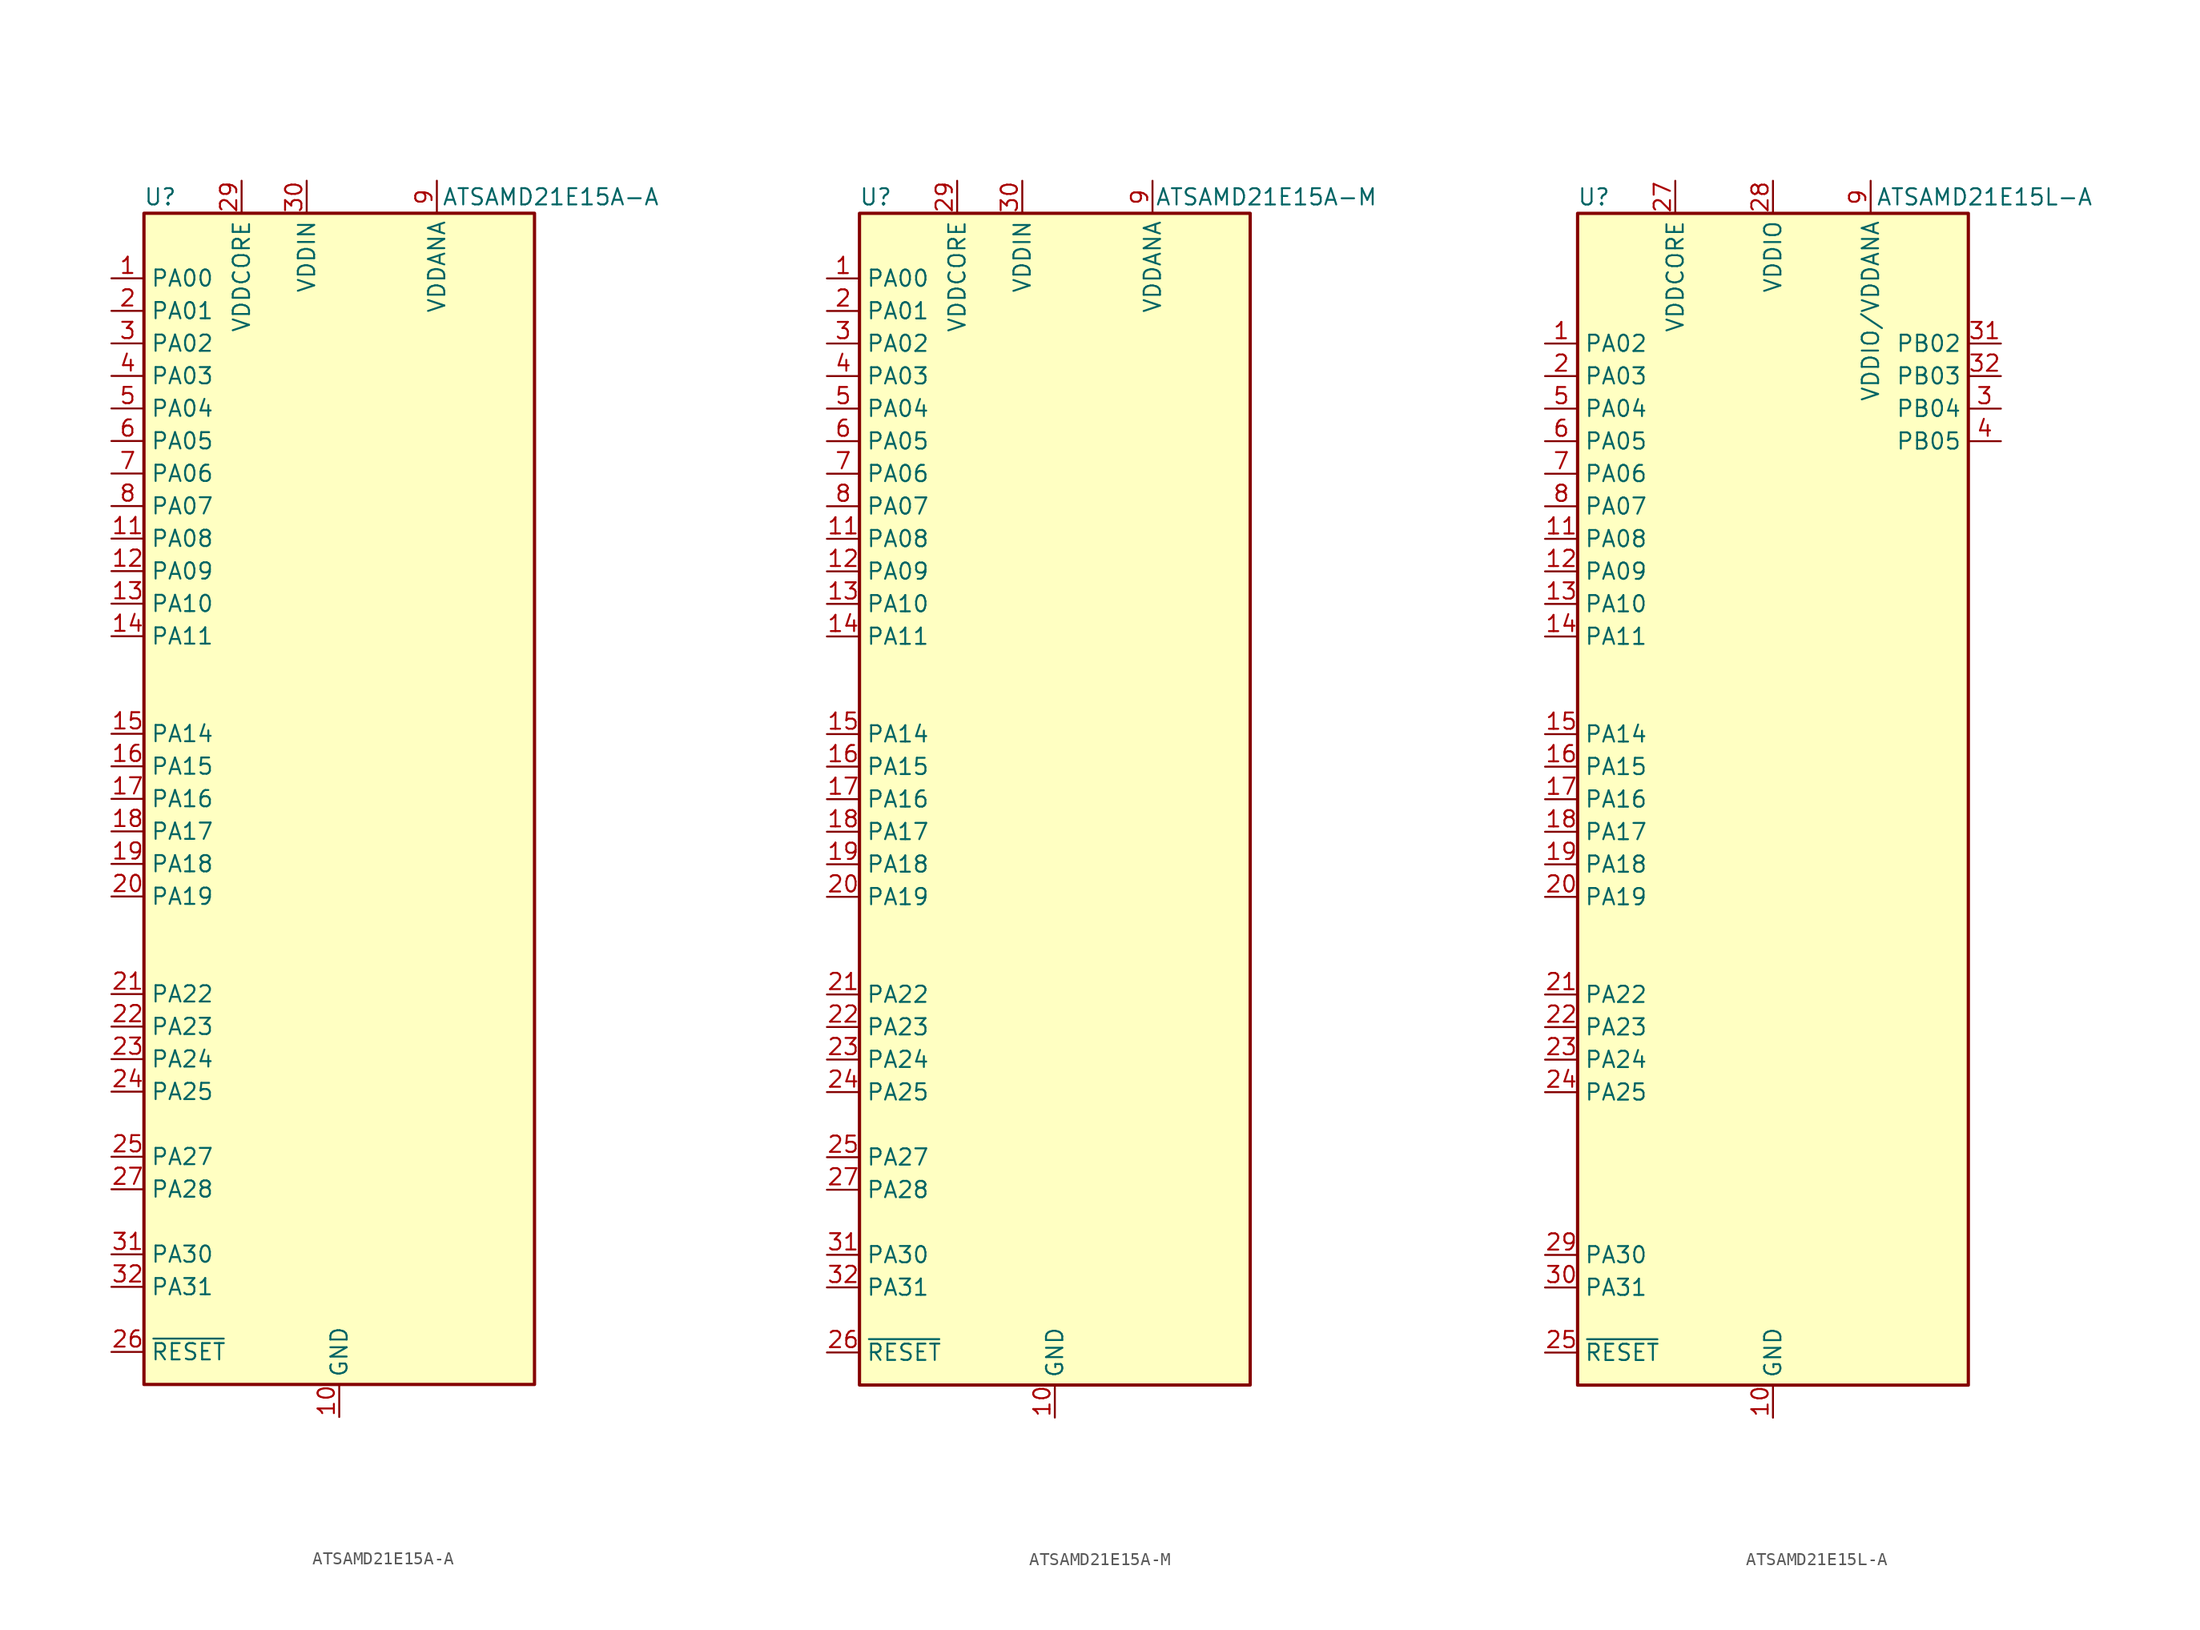
<source format=kicad_sym>
(kicad_symbol_lib
  (version 20220914)
  (generator kicad_symbol_editor)
  (symbol "ATSAMD21E15A-A"
    (property "Reference" "U"
      (at -13.97 46.99 0)
      (effects (font (size 1.27 1.27))))
    (property "Value" "ATSAMD21E15A-A"
      (at 16.51 46.99 0)
      (effects (font (size 1.27 1.27))))
    (symbol "ATSAMD21E15A-A_1_1"
      (rectangle (start -15.24 45.72) (end 15.24 -45.72) (stroke (width 0.254) (type solid)) (fill (type background)))
      (pin bidirectional line (at -17.78 40.64 0) (length 2.54) (name "PA00" (effects (font (size 1.27 1.27)))) (number "1" (effects (font (size 1.27 1.27)))))
      (pin power_in line (at 0 -48.26 90) (length 2.54) (name "GND" (effects (font (size 1.27 1.27)))) (number "10" (effects (font (size 1.27 1.27)))))
      (pin bidirectional line (at -17.78 20.32 0) (length 2.54) (name "PA08" (effects (font (size 1.27 1.27)))) (number "11" (effects (font (size 1.27 1.27)))))
      (pin bidirectional line (at -17.78 17.78 0) (length 2.54) (name "PA09" (effects (font (size 1.27 1.27)))) (number "12" (effects (font (size 1.27 1.27)))))
      (pin bidirectional line (at -17.78 15.24 0) (length 2.54) (name "PA10" (effects (font (size 1.27 1.27)))) (number "13" (effects (font (size 1.27 1.27)))))
      (pin bidirectional line (at -17.78 12.7 0) (length 2.54) (name "PA11" (effects (font (size 1.27 1.27)))) (number "14" (effects (font (size 1.27 1.27)))))
      (pin bidirectional line (at -17.78 5.08 0) (length 2.54) (name "PA14" (effects (font (size 1.27 1.27)))) (number "15" (effects (font (size 1.27 1.27)))))
      (pin bidirectional line (at -17.78 2.54 0) (length 2.54) (name "PA15" (effects (font (size 1.27 1.27)))) (number "16" (effects (font (size 1.27 1.27)))))
      (pin bidirectional line (at -17.78 0 0) (length 2.54) (name "PA16" (effects (font (size 1.27 1.27)))) (number "17" (effects (font (size 1.27 1.27)))))
      (pin bidirectional line (at -17.78 -2.54 0) (length 2.54) (name "PA17" (effects (font (size 1.27 1.27)))) (number "18" (effects (font (size 1.27 1.27)))))
      (pin bidirectional line (at -17.78 -5.08 0) (length 2.54) (name "PA18" (effects (font (size 1.27 1.27)))) (number "19" (effects (font (size 1.27 1.27)))))
      (pin bidirectional line (at -17.78 38.1 0) (length 2.54) (name "PA01" (effects (font (size 1.27 1.27)))) (number "2" (effects (font (size 1.27 1.27)))))
      (pin bidirectional line (at -17.78 -7.62 0) (length 2.54) (name "PA19" (effects (font (size 1.27 1.27)))) (number "20" (effects (font (size 1.27 1.27)))))
      (pin bidirectional line (at -17.78 -15.24 0) (length 2.54) (name "PA22" (effects (font (size 1.27 1.27)))) (number "21" (effects (font (size 1.27 1.27)))))
      (pin bidirectional line (at -17.78 -17.78 0) (length 2.54) (name "PA23" (effects (font (size 1.27 1.27)))) (number "22" (effects (font (size 1.27 1.27)))))
      (pin bidirectional line (at -17.78 -20.32 0) (length 2.54) (name "PA24" (effects (font (size 1.27 1.27)))) (number "23" (effects (font (size 1.27 1.27)))))
      (pin bidirectional line (at -17.78 -22.86 0) (length 2.54) (name "PA25" (effects (font (size 1.27 1.27)))) (number "24" (effects (font (size 1.27 1.27)))))
      (pin bidirectional line (at -17.78 -27.94 0) (length 2.54) (name "PA27" (effects (font (size 1.27 1.27)))) (number "25" (effects (font (size 1.27 1.27)))))
      (pin input line (at -17.78 -43.18 0) (length 2.54) (name "~{RESET}" (effects (font (size 1.27 1.27)))) (number "26" (effects (font (size 1.27 1.27)))))
      (pin bidirectional line (at -17.78 -30.48 0) (length 2.54) (name "PA28" (effects (font (size 1.27 1.27)))) (number "27" (effects (font (size 1.27 1.27)))))
      (pin passive line (at 0 -48.26 90) (length 2.54) hide (name "GND" (effects (font (size 1.27 1.27)))) (number "28" (effects (font (size 1.27 1.27)))))
      (pin power_out line (at -7.62 48.26 270) (length 2.54) (name "VDDCORE" (effects (font (size 1.27 1.27)))) (number "29" (effects (font (size 1.27 1.27)))))
      (pin bidirectional line (at -17.78 35.56 0) (length 2.54) (name "PA02" (effects (font (size 1.27 1.27)))) (number "3" (effects (font (size 1.27 1.27)))))
      (pin power_in line (at -2.54 48.26 270) (length 2.54) (name "VDDIN" (effects (font (size 1.27 1.27)))) (number "30" (effects (font (size 1.27 1.27)))))
      (pin bidirectional line (at -17.78 -35.56 0) (length 2.54) (name "PA30" (effects (font (size 1.27 1.27)))) (number "31" (effects (font (size 1.27 1.27)))))
      (pin bidirectional line (at -17.78 -38.1 0) (length 2.54) (name "PA31" (effects (font (size 1.27 1.27)))) (number "32" (effects (font (size 1.27 1.27)))))
      (pin bidirectional line (at -17.78 33.02 0) (length 2.54) (name "PA03" (effects (font (size 1.27 1.27)))) (number "4" (effects (font (size 1.27 1.27)))))
      (pin bidirectional line (at -17.78 30.48 0) (length 2.54) (name "PA04" (effects (font (size 1.27 1.27)))) (number "5" (effects (font (size 1.27 1.27)))))
      (pin bidirectional line (at -17.78 27.94 0) (length 2.54) (name "PA05" (effects (font (size 1.27 1.27)))) (number "6" (effects (font (size 1.27 1.27)))))
      (pin bidirectional line (at -17.78 25.4 0) (length 2.54) (name "PA06" (effects (font (size 1.27 1.27)))) (number "7" (effects (font (size 1.27 1.27)))))
      (pin bidirectional line (at -17.78 22.86 0) (length 2.54) (name "PA07" (effects (font (size 1.27 1.27)))) (number "8" (effects (font (size 1.27 1.27)))))
      (pin power_in line (at 7.62 48.26 270) (length 2.54) (name "VDDANA" (effects (font (size 1.27 1.27)))) (number "9" (effects (font (size 1.27 1.27)))))))
  (symbol "ATSAMD21E15A-M"
    (property "Reference" "U"
      (at -13.97 46.99 0)
      (effects (font (size 1.27 1.27))))
    (property "Value" "ATSAMD21E15A-M"
      (at 16.51 46.99 0)
      (effects (font (size 1.27 1.27))))
    (symbol "ATSAMD21E15A-M_1_1"
      (rectangle (start -15.24 45.72) (end 15.24 -45.72) (stroke (width 0.254) (type solid)) (fill (type background)))
      (pin bidirectional line (at -17.78 40.64 0) (length 2.54) (name "PA00" (effects (font (size 1.27 1.27)))) (number "1" (effects (font (size 1.27 1.27)))))
      (pin power_in line (at 0 -48.26 90) (length 2.54) (name "GND" (effects (font (size 1.27 1.27)))) (number "10" (effects (font (size 1.27 1.27)))))
      (pin bidirectional line (at -17.78 20.32 0) (length 2.54) (name "PA08" (effects (font (size 1.27 1.27)))) (number "11" (effects (font (size 1.27 1.27)))))
      (pin bidirectional line (at -17.78 17.78 0) (length 2.54) (name "PA09" (effects (font (size 1.27 1.27)))) (number "12" (effects (font (size 1.27 1.27)))))
      (pin bidirectional line (at -17.78 15.24 0) (length 2.54) (name "PA10" (effects (font (size 1.27 1.27)))) (number "13" (effects (font (size 1.27 1.27)))))
      (pin bidirectional line (at -17.78 12.7 0) (length 2.54) (name "PA11" (effects (font (size 1.27 1.27)))) (number "14" (effects (font (size 1.27 1.27)))))
      (pin bidirectional line (at -17.78 5.08 0) (length 2.54) (name "PA14" (effects (font (size 1.27 1.27)))) (number "15" (effects (font (size 1.27 1.27)))))
      (pin bidirectional line (at -17.78 2.54 0) (length 2.54) (name "PA15" (effects (font (size 1.27 1.27)))) (number "16" (effects (font (size 1.27 1.27)))))
      (pin bidirectional line (at -17.78 0 0) (length 2.54) (name "PA16" (effects (font (size 1.27 1.27)))) (number "17" (effects (font (size 1.27 1.27)))))
      (pin bidirectional line (at -17.78 -2.54 0) (length 2.54) (name "PA17" (effects (font (size 1.27 1.27)))) (number "18" (effects (font (size 1.27 1.27)))))
      (pin bidirectional line (at -17.78 -5.08 0) (length 2.54) (name "PA18" (effects (font (size 1.27 1.27)))) (number "19" (effects (font (size 1.27 1.27)))))
      (pin bidirectional line (at -17.78 38.1 0) (length 2.54) (name "PA01" (effects (font (size 1.27 1.27)))) (number "2" (effects (font (size 1.27 1.27)))))
      (pin bidirectional line (at -17.78 -7.62 0) (length 2.54) (name "PA19" (effects (font (size 1.27 1.27)))) (number "20" (effects (font (size 1.27 1.27)))))
      (pin bidirectional line (at -17.78 -15.24 0) (length 2.54) (name "PA22" (effects (font (size 1.27 1.27)))) (number "21" (effects (font (size 1.27 1.27)))))
      (pin bidirectional line (at -17.78 -17.78 0) (length 2.54) (name "PA23" (effects (font (size 1.27 1.27)))) (number "22" (effects (font (size 1.27 1.27)))))
      (pin bidirectional line (at -17.78 -20.32 0) (length 2.54) (name "PA24" (effects (font (size 1.27 1.27)))) (number "23" (effects (font (size 1.27 1.27)))))
      (pin bidirectional line (at -17.78 -22.86 0) (length 2.54) (name "PA25" (effects (font (size 1.27 1.27)))) (number "24" (effects (font (size 1.27 1.27)))))
      (pin bidirectional line (at -17.78 -27.94 0) (length 2.54) (name "PA27" (effects (font (size 1.27 1.27)))) (number "25" (effects (font (size 1.27 1.27)))))
      (pin input line (at -17.78 -43.18 0) (length 2.54) (name "~{RESET}" (effects (font (size 1.27 1.27)))) (number "26" (effects (font (size 1.27 1.27)))))
      (pin bidirectional line (at -17.78 -30.48 0) (length 2.54) (name "PA28" (effects (font (size 1.27 1.27)))) (number "27" (effects (font (size 1.27 1.27)))))
      (pin passive line (at 0 -48.26 90) (length 2.54) hide (name "GND" (effects (font (size 1.27 1.27)))) (number "28" (effects (font (size 1.27 1.27)))))
      (pin power_out line (at -7.62 48.26 270) (length 2.54) (name "VDDCORE" (effects (font (size 1.27 1.27)))) (number "29" (effects (font (size 1.27 1.27)))))
      (pin bidirectional line (at -17.78 35.56 0) (length 2.54) (name "PA02" (effects (font (size 1.27 1.27)))) (number "3" (effects (font (size 1.27 1.27)))))
      (pin power_in line (at -2.54 48.26 270) (length 2.54) (name "VDDIN" (effects (font (size 1.27 1.27)))) (number "30" (effects (font (size 1.27 1.27)))))
      (pin bidirectional line (at -17.78 -35.56 0) (length 2.54) (name "PA30" (effects (font (size 1.27 1.27)))) (number "31" (effects (font (size 1.27 1.27)))))
      (pin bidirectional line (at -17.78 -38.1 0) (length 2.54) (name "PA31" (effects (font (size 1.27 1.27)))) (number "32" (effects (font (size 1.27 1.27)))))
      (pin no_connect line (at 15.24 -43.18 180) (length 2.54) hide (name "EP" (effects (font (size 1.27 1.27)))) (number "33" (effects (font (size 1.27 1.27)))))
      (pin bidirectional line (at -17.78 33.02 0) (length 2.54) (name "PA03" (effects (font (size 1.27 1.27)))) (number "4" (effects (font (size 1.27 1.27)))))
      (pin bidirectional line (at -17.78 30.48 0) (length 2.54) (name "PA04" (effects (font (size 1.27 1.27)))) (number "5" (effects (font (size 1.27 1.27)))))
      (pin bidirectional line (at -17.78 27.94 0) (length 2.54) (name "PA05" (effects (font (size 1.27 1.27)))) (number "6" (effects (font (size 1.27 1.27)))))
      (pin bidirectional line (at -17.78 25.4 0) (length 2.54) (name "PA06" (effects (font (size 1.27 1.27)))) (number "7" (effects (font (size 1.27 1.27)))))
      (pin bidirectional line (at -17.78 22.86 0) (length 2.54) (name "PA07" (effects (font (size 1.27 1.27)))) (number "8" (effects (font (size 1.27 1.27)))))
      (pin power_in line (at 7.62 48.26 270) (length 2.54) (name "VDDANA" (effects (font (size 1.27 1.27)))) (number "9" (effects (font (size 1.27 1.27)))))))
  (symbol "ATSAMD21E15L-A"
    (property "Reference" "U"
      (at -13.97 46.99 0)
      (effects (font (size 1.27 1.27))))
    (property "Value" "ATSAMD21E15L-A"
      (at 16.51 46.99 0)
      (effects (font (size 1.27 1.27))))
    (symbol "ATSAMD21E15L-A_1_1"
      (rectangle (start -15.24 45.72) (end 15.24 -45.72) (stroke (width 0.254) (type solid)) (fill (type background)))
      (pin bidirectional line (at -17.78 35.56 0) (length 2.54) (name "PA02" (effects (font (size 1.27 1.27)))) (number "1" (effects (font (size 1.27 1.27)))))
      (pin power_in line (at 0 -48.26 90) (length 2.54) (name "GND" (effects (font (size 1.27 1.27)))) (number "10" (effects (font (size 1.27 1.27)))))
      (pin bidirectional line (at -17.78 20.32 0) (length 2.54) (name "PA08" (effects (font (size 1.27 1.27)))) (number "11" (effects (font (size 1.27 1.27)))))
      (pin bidirectional line (at -17.78 17.78 0) (length 2.54) (name "PA09" (effects (font (size 1.27 1.27)))) (number "12" (effects (font (size 1.27 1.27)))))
      (pin bidirectional line (at -17.78 15.24 0) (length 2.54) (name "PA10" (effects (font (size 1.27 1.27)))) (number "13" (effects (font (size 1.27 1.27)))))
      (pin bidirectional line (at -17.78 12.7 0) (length 2.54) (name "PA11" (effects (font (size 1.27 1.27)))) (number "14" (effects (font (size 1.27 1.27)))))
      (pin bidirectional line (at -17.78 5.08 0) (length 2.54) (name "PA14" (effects (font (size 1.27 1.27)))) (number "15" (effects (font (size 1.27 1.27)))))
      (pin bidirectional line (at -17.78 2.54 0) (length 2.54) (name "PA15" (effects (font (size 1.27 1.27)))) (number "16" (effects (font (size 1.27 1.27)))))
      (pin bidirectional line (at -17.78 0 0) (length 2.54) (name "PA16" (effects (font (size 1.27 1.27)))) (number "17" (effects (font (size 1.27 1.27)))))
      (pin bidirectional line (at -17.78 -2.54 0) (length 2.54) (name "PA17" (effects (font (size 1.27 1.27)))) (number "18" (effects (font (size 1.27 1.27)))))
      (pin bidirectional line (at -17.78 -5.08 0) (length 2.54) (name "PA18" (effects (font (size 1.27 1.27)))) (number "19" (effects (font (size 1.27 1.27)))))
      (pin bidirectional line (at -17.78 33.02 0) (length 2.54) (name "PA03" (effects (font (size 1.27 1.27)))) (number "2" (effects (font (size 1.27 1.27)))))
      (pin bidirectional line (at -17.78 -7.62 0) (length 2.54) (name "PA19" (effects (font (size 1.27 1.27)))) (number "20" (effects (font (size 1.27 1.27)))))
      (pin bidirectional line (at -17.78 -15.24 0) (length 2.54) (name "PA22" (effects (font (size 1.27 1.27)))) (number "21" (effects (font (size 1.27 1.27)))))
      (pin bidirectional line (at -17.78 -17.78 0) (length 2.54) (name "PA23" (effects (font (size 1.27 1.27)))) (number "22" (effects (font (size 1.27 1.27)))))
      (pin bidirectional line (at -17.78 -20.32 0) (length 2.54) (name "PA24" (effects (font (size 1.27 1.27)))) (number "23" (effects (font (size 1.27 1.27)))))
      (pin bidirectional line (at -17.78 -22.86 0) (length 2.54) (name "PA25" (effects (font (size 1.27 1.27)))) (number "24" (effects (font (size 1.27 1.27)))))
      (pin input line (at -17.78 -43.18 0) (length 2.54) (name "~{RESET}" (effects (font (size 1.27 1.27)))) (number "25" (effects (font (size 1.27 1.27)))))
      (pin passive line (at 0 -48.26 90) (length 2.54) hide (name "GND" (effects (font (size 1.27 1.27)))) (number "26" (effects (font (size 1.27 1.27)))))
      (pin power_out line (at -7.62 48.26 270) (length 2.54) (name "VDDCORE" (effects (font (size 1.27 1.27)))) (number "27" (effects (font (size 1.27 1.27)))))
      (pin power_in line (at 0 48.26 270) (length 2.54) (name "VDDIO" (effects (font (size 1.27 1.27)))) (number "28" (effects (font (size 1.27 1.27)))))
      (pin bidirectional line (at -17.78 -35.56 0) (length 2.54) (name "PA30" (effects (font (size 1.27 1.27)))) (number "29" (effects (font (size 1.27 1.27)))))
      (pin bidirectional line (at 17.78 30.48 180) (length 2.54) (name "PB04" (effects (font (size 1.27 1.27)))) (number "3" (effects (font (size 1.27 1.27)))))
      (pin bidirectional line (at -17.78 -38.1 0) (length 2.54) (name "PA31" (effects (font (size 1.27 1.27)))) (number "30" (effects (font (size 1.27 1.27)))))
      (pin bidirectional line (at 17.78 35.56 180) (length 2.54) (name "PB02" (effects (font (size 1.27 1.27)))) (number "31" (effects (font (size 1.27 1.27)))))
      (pin bidirectional line (at 17.78 33.02 180) (length 2.54) (name "PB03" (effects (font (size 1.27 1.27)))) (number "32" (effects (font (size 1.27 1.27)))))
      (pin bidirectional line (at 17.78 27.94 180) (length 2.54) (name "PB05" (effects (font (size 1.27 1.27)))) (number "4" (effects (font (size 1.27 1.27)))))
      (pin bidirectional line (at -17.78 30.48 0) (length 2.54) (name "PA04" (effects (font (size 1.27 1.27)))) (number "5" (effects (font (size 1.27 1.27)))))
      (pin bidirectional line (at -17.78 27.94 0) (length 2.54) (name "PA05" (effects (font (size 1.27 1.27)))) (number "6" (effects (font (size 1.27 1.27)))))
      (pin bidirectional line (at -17.78 25.4 0) (length 2.54) (name "PA06" (effects (font (size 1.27 1.27)))) (number "7" (effects (font (size 1.27 1.27)))))
      (pin bidirectional line (at -17.78 22.86 0) (length 2.54) (name "PA07" (effects (font (size 1.27 1.27)))) (number "8" (effects (font (size 1.27 1.27)))))
      (pin power_in line (at 7.62 48.26 270) (length 2.54) (name "VDDIO/VDDANA" (effects (font (size 1.27 1.27)))) (number "9" (effects (font (size 1.27 1.27))))))))
</source>
